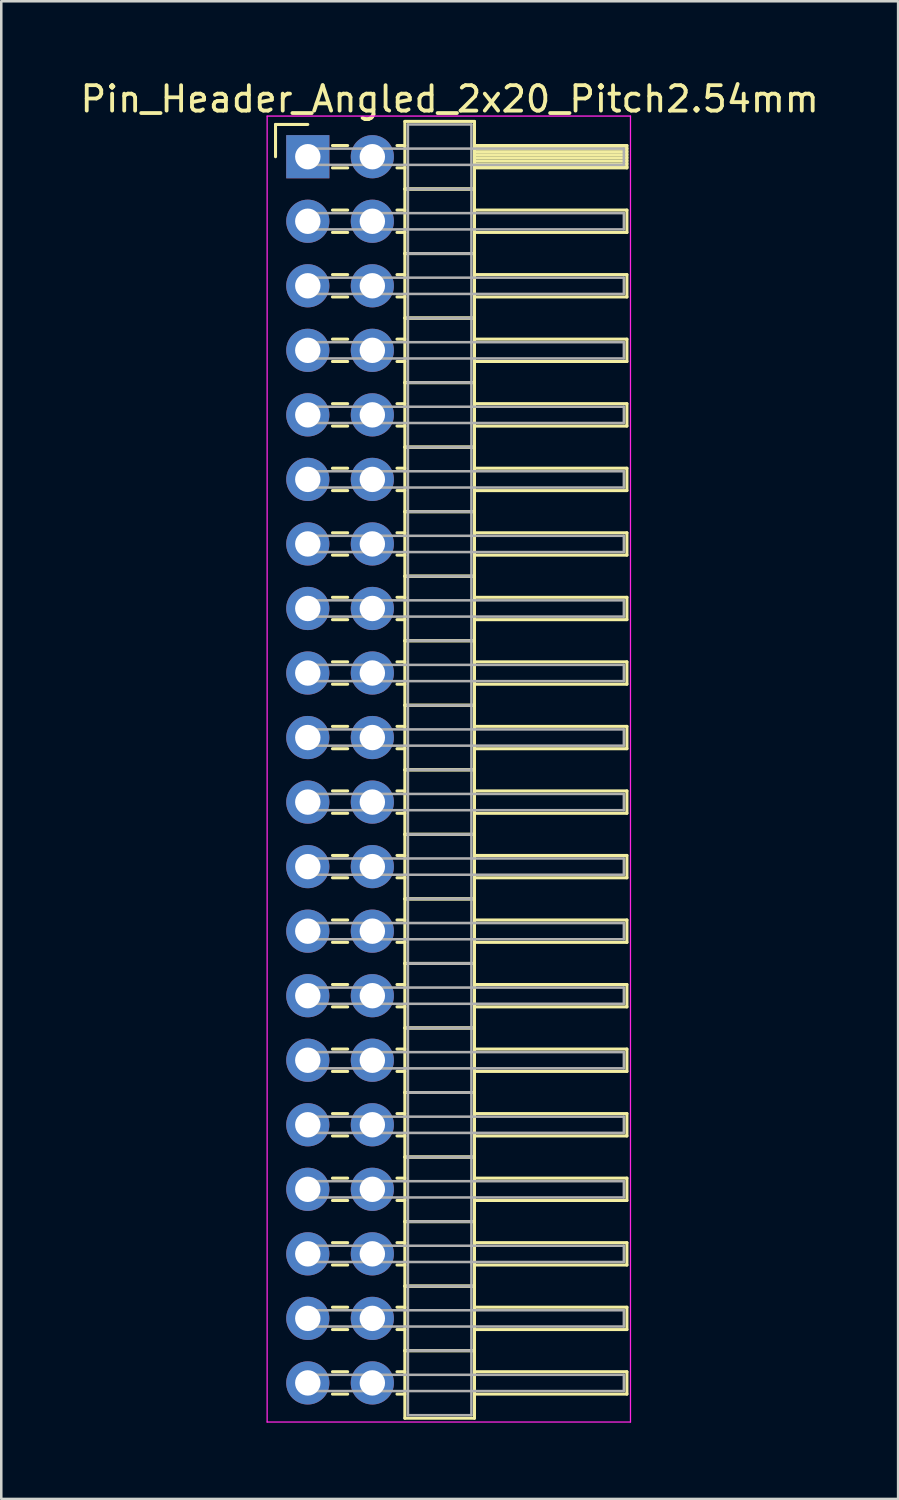
<source format=kicad_pcb>
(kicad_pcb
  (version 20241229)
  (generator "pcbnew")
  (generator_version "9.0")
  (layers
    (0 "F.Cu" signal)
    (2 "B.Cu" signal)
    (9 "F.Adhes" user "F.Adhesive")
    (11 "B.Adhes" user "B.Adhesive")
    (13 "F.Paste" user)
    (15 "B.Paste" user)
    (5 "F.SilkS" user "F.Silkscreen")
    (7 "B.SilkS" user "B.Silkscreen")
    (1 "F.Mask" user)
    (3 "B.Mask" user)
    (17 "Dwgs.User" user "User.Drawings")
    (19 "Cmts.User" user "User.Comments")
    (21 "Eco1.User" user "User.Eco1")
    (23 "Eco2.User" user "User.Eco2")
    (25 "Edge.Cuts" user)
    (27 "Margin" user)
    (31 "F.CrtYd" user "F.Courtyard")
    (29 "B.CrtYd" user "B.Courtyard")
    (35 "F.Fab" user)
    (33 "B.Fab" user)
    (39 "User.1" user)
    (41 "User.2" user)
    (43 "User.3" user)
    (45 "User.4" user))
  (footprint "Pin_Header_Angled_2x20_Pitch2.54mm"
    (layer "F.Cu")
    (at 9.064 3.118)
    (property "Reference" "Pin_Header_Angled_2x20_Pitch2.54mm" (at 5.585 -2.27 0) (layer "F.SilkS") (effects (font (size 1 1) (thickness 0.15))))
    (attr through_hole)
    (fp_line (start -1.27 -1.27) (end 0 -1.27) (stroke (width 0.12) (type solid)) (layer "F.SilkS"))
    (fp_line (start -1.27 0) (end -1.27 -1.27) (stroke (width 0.12) (type solid)) (layer "F.SilkS"))
    (fp_line (start 0.97 -0.44) (end 1.57 -0.44) (stroke (width 0.12) (type solid)) (layer "F.SilkS"))
    (fp_line (start 0.97 0.44) (end 1.57 0.44) (stroke (width 0.12) (type solid)) (layer "F.SilkS"))
    (fp_line (start 0.97 2.1) (end 1.57 2.1) (stroke (width 0.12) (type solid)) (layer "F.SilkS"))
    (fp_line (start 0.97 2.98) (end 1.57 2.98) (stroke (width 0.12) (type solid)) (layer "F.SilkS"))
    (fp_line (start 0.97 4.64) (end 1.57 4.64) (stroke (width 0.12) (type solid)) (layer "F.SilkS"))
    (fp_line (start 0.97 5.52) (end 1.57 5.52) (stroke (width 0.12) (type solid)) (layer "F.SilkS"))
    (fp_line (start 0.97 7.18) (end 1.57 7.18) (stroke (width 0.12) (type solid)) (layer "F.SilkS"))
    (fp_line (start 0.97 8.06) (end 1.57 8.06) (stroke (width 0.12) (type solid)) (layer "F.SilkS"))
    (fp_line (start 0.97 9.72) (end 1.57 9.72) (stroke (width 0.12) (type solid)) (layer "F.SilkS"))
    (fp_line (start 0.97 10.6) (end 1.57 10.6) (stroke (width 0.12) (type solid)) (layer "F.SilkS"))
    (fp_line (start 0.97 12.26) (end 1.57 12.26) (stroke (width 0.12) (type solid)) (layer "F.SilkS"))
    (fp_line (start 0.97 13.14) (end 1.57 13.14) (stroke (width 0.12) (type solid)) (layer "F.SilkS"))
    (fp_line (start 0.97 14.8) (end 1.57 14.8) (stroke (width 0.12) (type solid)) (layer "F.SilkS"))
    (fp_line (start 0.97 15.68) (end 1.57 15.68) (stroke (width 0.12) (type solid)) (layer "F.SilkS"))
    (fp_line (start 0.97 17.34) (end 1.57 17.34) (stroke (width 0.12) (type solid)) (layer "F.SilkS"))
    (fp_line (start 0.97 18.22) (end 1.57 18.22) (stroke (width 0.12) (type solid)) (layer "F.SilkS"))
    (fp_line (start 0.97 19.88) (end 1.57 19.88) (stroke (width 0.12) (type solid)) (layer "F.SilkS"))
    (fp_line (start 0.97 20.76) (end 1.57 20.76) (stroke (width 0.12) (type solid)) (layer "F.SilkS"))
    (fp_line (start 0.97 22.42) (end 1.57 22.42) (stroke (width 0.12) (type solid)) (layer "F.SilkS"))
    (fp_line (start 0.97 23.3) (end 1.57 23.3) (stroke (width 0.12) (type solid)) (layer "F.SilkS"))
    (fp_line (start 0.97 24.96) (end 1.57 24.96) (stroke (width 0.12) (type solid)) (layer "F.SilkS"))
    (fp_line (start 0.97 25.84) (end 1.57 25.84) (stroke (width 0.12) (type solid)) (layer "F.SilkS"))
    (fp_line (start 0.97 27.5) (end 1.57 27.5) (stroke (width 0.12) (type solid)) (layer "F.SilkS"))
    (fp_line (start 0.97 28.38) (end 1.57 28.38) (stroke (width 0.12) (type solid)) (layer "F.SilkS"))
    (fp_line (start 0.97 30.04) (end 1.57 30.04) (stroke (width 0.12) (type solid)) (layer "F.SilkS"))
    (fp_line (start 0.97 30.92) (end 1.57 30.92) (stroke (width 0.12) (type solid)) (layer "F.SilkS"))
    (fp_line (start 0.97 32.58) (end 1.57 32.58) (stroke (width 0.12) (type solid)) (layer "F.SilkS"))
    (fp_line (start 0.97 33.46) (end 1.57 33.46) (stroke (width 0.12) (type solid)) (layer "F.SilkS"))
    (fp_line (start 0.97 35.12) (end 1.57 35.12) (stroke (width 0.12) (type solid)) (layer "F.SilkS"))
    (fp_line (start 0.97 36) (end 1.57 36) (stroke (width 0.12) (type solid)) (layer "F.SilkS"))
    (fp_line (start 0.97 37.66) (end 1.57 37.66) (stroke (width 0.12) (type solid)) (layer "F.SilkS"))
    (fp_line (start 0.97 38.54) (end 1.57 38.54) (stroke (width 0.12) (type solid)) (layer "F.SilkS"))
    (fp_line (start 0.97 40.2) (end 1.57 40.2) (stroke (width 0.12) (type solid)) (layer "F.SilkS"))
    (fp_line (start 0.97 41.08) (end 1.57 41.08) (stroke (width 0.12) (type solid)) (layer "F.SilkS"))
    (fp_line (start 0.97 42.74) (end 1.57 42.74) (stroke (width 0.12) (type solid)) (layer "F.SilkS"))
    (fp_line (start 0.97 43.62) (end 1.57 43.62) (stroke (width 0.12) (type solid)) (layer "F.SilkS"))
    (fp_line (start 0.97 45.28) (end 1.57 45.28) (stroke (width 0.12) (type solid)) (layer "F.SilkS"))
    (fp_line (start 0.97 46.16) (end 1.57 46.16) (stroke (width 0.12) (type solid)) (layer "F.SilkS"))
    (fp_line (start 0.97 47.82) (end 1.57 47.82) (stroke (width 0.12) (type solid)) (layer "F.SilkS"))
    (fp_line (start 0.97 48.7) (end 1.57 48.7) (stroke (width 0.12) (type solid)) (layer "F.SilkS"))
    (fp_line (start 3.51 -0.44) (end 3.82 -0.44) (stroke (width 0.12) (type solid)) (layer "F.SilkS"))
    (fp_line (start 3.51 0.44) (end 3.82 0.44) (stroke (width 0.12) (type solid)) (layer "F.SilkS"))
    (fp_line (start 3.51 2.1) (end 3.82 2.1) (stroke (width 0.12) (type solid)) (layer "F.SilkS"))
    (fp_line (start 3.51 2.98) (end 3.82 2.98) (stroke (width 0.12) (type solid)) (layer "F.SilkS"))
    (fp_line (start 3.51 4.64) (end 3.82 4.64) (stroke (width 0.12) (type solid)) (layer "F.SilkS"))
    (fp_line (start 3.51 5.52) (end 3.82 5.52) (stroke (width 0.12) (type solid)) (layer "F.SilkS"))
    (fp_line (start 3.51 7.18) (end 3.82 7.18) (stroke (width 0.12) (type solid)) (layer "F.SilkS"))
    (fp_line (start 3.51 8.06) (end 3.82 8.06) (stroke (width 0.12) (type solid)) (layer "F.SilkS"))
    (fp_line (start 3.51 9.72) (end 3.82 9.72) (stroke (width 0.12) (type solid)) (layer "F.SilkS"))
    (fp_line (start 3.51 10.6) (end 3.82 10.6) (stroke (width 0.12) (type solid)) (layer "F.SilkS"))
    (fp_line (start 3.51 12.26) (end 3.82 12.26) (stroke (width 0.12) (type solid)) (layer "F.SilkS"))
    (fp_line (start 3.51 13.14) (end 3.82 13.14) (stroke (width 0.12) (type solid)) (layer "F.SilkS"))
    (fp_line (start 3.51 14.8) (end 3.82 14.8) (stroke (width 0.12) (type solid)) (layer "F.SilkS"))
    (fp_line (start 3.51 15.68) (end 3.82 15.68) (stroke (width 0.12) (type solid)) (layer "F.SilkS"))
    (fp_line (start 3.51 17.34) (end 3.82 17.34) (stroke (width 0.12) (type solid)) (layer "F.SilkS"))
    (fp_line (start 3.51 18.22) (end 3.82 18.22) (stroke (width 0.12) (type solid)) (layer "F.SilkS"))
    (fp_line (start 3.51 19.88) (end 3.82 19.88) (stroke (width 0.12) (type solid)) (layer "F.SilkS"))
    (fp_line (start 3.51 20.76) (end 3.82 20.76) (stroke (width 0.12) (type solid)) (layer "F.SilkS"))
    (fp_line (start 3.51 22.42) (end 3.82 22.42) (stroke (width 0.12) (type solid)) (layer "F.SilkS"))
    (fp_line (start 3.51 23.3) (end 3.82 23.3) (stroke (width 0.12) (type solid)) (layer "F.SilkS"))
    (fp_line (start 3.51 24.96) (end 3.82 24.96) (stroke (width 0.12) (type solid)) (layer "F.SilkS"))
    (fp_line (start 3.51 25.84) (end 3.82 25.84) (stroke (width 0.12) (type solid)) (layer "F.SilkS"))
    (fp_line (start 3.51 27.5) (end 3.82 27.5) (stroke (width 0.12) (type solid)) (layer "F.SilkS"))
    (fp_line (start 3.51 28.38) (end 3.82 28.38) (stroke (width 0.12) (type solid)) (layer "F.SilkS"))
    (fp_line (start 3.51 30.04) (end 3.82 30.04) (stroke (width 0.12) (type solid)) (layer "F.SilkS"))
    (fp_line (start 3.51 30.92) (end 3.82 30.92) (stroke (width 0.12) (type solid)) (layer "F.SilkS"))
    (fp_line (start 3.51 32.58) (end 3.82 32.58) (stroke (width 0.12) (type solid)) (layer "F.SilkS"))
    (fp_line (start 3.51 33.46) (end 3.82 33.46) (stroke (width 0.12) (type solid)) (layer "F.SilkS"))
    (fp_line (start 3.51 35.12) (end 3.82 35.12) (stroke (width 0.12) (type solid)) (layer "F.SilkS"))
    (fp_line (start 3.51 36) (end 3.82 36) (stroke (width 0.12) (type solid)) (layer "F.SilkS"))
    (fp_line (start 3.51 37.66) (end 3.82 37.66) (stroke (width 0.12) (type solid)) (layer "F.SilkS"))
    (fp_line (start 3.51 38.54) (end 3.82 38.54) (stroke (width 0.12) (type solid)) (layer "F.SilkS"))
    (fp_line (start 3.51 40.2) (end 3.82 40.2) (stroke (width 0.12) (type solid)) (layer "F.SilkS"))
    (fp_line (start 3.51 41.08) (end 3.82 41.08) (stroke (width 0.12) (type solid)) (layer "F.SilkS"))
    (fp_line (start 3.51 42.74) (end 3.82 42.74) (stroke (width 0.12) (type solid)) (layer "F.SilkS"))
    (fp_line (start 3.51 43.62) (end 3.82 43.62) (stroke (width 0.12) (type solid)) (layer "F.SilkS"))
    (fp_line (start 3.51 45.28) (end 3.82 45.28) (stroke (width 0.12) (type solid)) (layer "F.SilkS"))
    (fp_line (start 3.51 46.16) (end 3.82 46.16) (stroke (width 0.12) (type solid)) (layer "F.SilkS"))
    (fp_line (start 3.51 47.82) (end 3.82 47.82) (stroke (width 0.12) (type solid)) (layer "F.SilkS"))
    (fp_line (start 3.51 48.7) (end 3.82 48.7) (stroke (width 0.12) (type solid)) (layer "F.SilkS"))
    (fp_line (start 3.82 -1.39) (end 3.82 1.27) (stroke (width 0.12) (type solid)) (layer "F.SilkS"))
    (fp_line (start 3.82 1.27) (end 3.82 3.81) (stroke (width 0.12) (type solid)) (layer "F.SilkS"))
    (fp_line (start 3.82 1.27) (end 6.56 1.27) (stroke (width 0.12) (type solid)) (layer "F.SilkS"))
    (fp_line (start 3.82 3.81) (end 3.82 6.35) (stroke (width 0.12) (type solid)) (layer "F.SilkS"))
    (fp_line (start 3.82 3.81) (end 6.56 3.81) (stroke (width 0.12) (type solid)) (layer "F.SilkS"))
    (fp_line (start 3.82 6.35) (end 3.82 8.89) (stroke (width 0.12) (type solid)) (layer "F.SilkS"))
    (fp_line (start 3.82 6.35) (end 6.56 6.35) (stroke (width 0.12) (type solid)) (layer "F.SilkS"))
    (fp_line (start 3.82 8.89) (end 3.82 11.43) (stroke (width 0.12) (type solid)) (layer "F.SilkS"))
    (fp_line (start 3.82 8.89) (end 6.56 8.89) (stroke (width 0.12) (type solid)) (layer "F.SilkS"))
    (fp_line (start 3.82 11.43) (end 3.82 13.97) (stroke (width 0.12) (type solid)) (layer "F.SilkS"))
    (fp_line (start 3.82 11.43) (end 6.56 11.43) (stroke (width 0.12) (type solid)) (layer "F.SilkS"))
    (fp_line (start 3.82 13.97) (end 3.82 16.51) (stroke (width 0.12) (type solid)) (layer "F.SilkS"))
    (fp_line (start 3.82 13.97) (end 6.56 13.97) (stroke (width 0.12) (type solid)) (layer "F.SilkS"))
    (fp_line (start 3.82 16.51) (end 3.82 19.05) (stroke (width 0.12) (type solid)) (layer "F.SilkS"))
    (fp_line (start 3.82 16.51) (end 6.56 16.51) (stroke (width 0.12) (type solid)) (layer "F.SilkS"))
    (fp_line (start 3.82 19.05) (end 3.82 21.59) (stroke (width 0.12) (type solid)) (layer "F.SilkS"))
    (fp_line (start 3.82 19.05) (end 6.56 19.05) (stroke (width 0.12) (type solid)) (layer "F.SilkS"))
    (fp_line (start 3.82 21.59) (end 3.82 24.13) (stroke (width 0.12) (type solid)) (layer "F.SilkS"))
    (fp_line (start 3.82 21.59) (end 6.56 21.59) (stroke (width 0.12) (type solid)) (layer "F.SilkS"))
    (fp_line (start 3.82 24.13) (end 3.82 26.67) (stroke (width 0.12) (type solid)) (layer "F.SilkS"))
    (fp_line (start 3.82 24.13) (end 6.56 24.13) (stroke (width 0.12) (type solid)) (layer "F.SilkS"))
    (fp_line (start 3.82 26.67) (end 3.82 29.21) (stroke (width 0.12) (type solid)) (layer "F.SilkS"))
    (fp_line (start 3.82 26.67) (end 6.56 26.67) (stroke (width 0.12) (type solid)) (layer "F.SilkS"))
    (fp_line (start 3.82 29.21) (end 3.82 31.75) (stroke (width 0.12) (type solid)) (layer "F.SilkS"))
    (fp_line (start 3.82 29.21) (end 6.56 29.21) (stroke (width 0.12) (type solid)) (layer "F.SilkS"))
    (fp_line (start 3.82 31.75) (end 3.82 34.29) (stroke (width 0.12) (type solid)) (layer "F.SilkS"))
    (fp_line (start 3.82 31.75) (end 6.56 31.75) (stroke (width 0.12) (type solid)) (layer "F.SilkS"))
    (fp_line (start 3.82 34.29) (end 3.82 36.83) (stroke (width 0.12) (type solid)) (layer "F.SilkS"))
    (fp_line (start 3.82 34.29) (end 6.56 34.29) (stroke (width 0.12) (type solid)) (layer "F.SilkS"))
    (fp_line (start 3.82 36.83) (end 3.82 39.37) (stroke (width 0.12) (type solid)) (layer "F.SilkS"))
    (fp_line (start 3.82 36.83) (end 6.56 36.83) (stroke (width 0.12) (type solid)) (layer "F.SilkS"))
    (fp_line (start 3.82 39.37) (end 3.82 41.91) (stroke (width 0.12) (type solid)) (layer "F.SilkS"))
    (fp_line (start 3.82 39.37) (end 6.56 39.37) (stroke (width 0.12) (type solid)) (layer "F.SilkS"))
    (fp_line (start 3.82 41.91) (end 3.82 44.45) (stroke (width 0.12) (type solid)) (layer "F.SilkS"))
    (fp_line (start 3.82 41.91) (end 6.56 41.91) (stroke (width 0.12) (type solid)) (layer "F.SilkS"))
    (fp_line (start 3.82 44.45) (end 3.82 46.99) (stroke (width 0.12) (type solid)) (layer "F.SilkS"))
    (fp_line (start 3.82 44.45) (end 6.56 44.45) (stroke (width 0.12) (type solid)) (layer "F.SilkS"))
    (fp_line (start 3.82 46.99) (end 3.82 49.65) (stroke (width 0.12) (type solid)) (layer "F.SilkS"))
    (fp_line (start 3.82 46.99) (end 6.56 46.99) (stroke (width 0.12) (type solid)) (layer "F.SilkS"))
    (fp_line (start 3.82 49.65) (end 6.56 49.65) (stroke (width 0.12) (type solid)) (layer "F.SilkS"))
    (fp_line (start 6.56 -1.39) (end 3.82 -1.39) (stroke (width 0.12) (type solid)) (layer "F.SilkS"))
    (fp_line (start 6.56 -0.44) (end 6.56 0.44) (stroke (width 0.12) (type solid)) (layer "F.SilkS"))
    (fp_line (start 6.56 -0.32) (end 12.56 -0.32) (stroke (width 0.12) (type solid)) (layer "F.SilkS"))
    (fp_line (start 6.56 -0.2) (end 12.56 -0.2) (stroke (width 0.12) (type solid)) (layer "F.SilkS"))
    (fp_line (start 6.56 -0.08) (end 12.56 -0.08) (stroke (width 0.12) (type solid)) (layer "F.SilkS"))
    (fp_line (start 6.56 0.04) (end 12.56 0.04) (stroke (width 0.12) (type solid)) (layer "F.SilkS"))
    (fp_line (start 6.56 0.16) (end 12.56 0.16) (stroke (width 0.12) (type solid)) (layer "F.SilkS"))
    (fp_line (start 6.56 0.28) (end 12.56 0.28) (stroke (width 0.12) (type solid)) (layer "F.SilkS"))
    (fp_line (start 6.56 0.4) (end 12.56 0.4) (stroke (width 0.12) (type solid)) (layer "F.SilkS"))
    (fp_line (start 6.56 0.44) (end 12.56 0.44) (stroke (width 0.12) (type solid)) (layer "F.SilkS"))
    (fp_line (start 6.56 1.27) (end 3.82 1.27) (stroke (width 0.12) (type solid)) (layer "F.SilkS"))
    (fp_line (start 6.56 1.27) (end 6.56 -1.39) (stroke (width 0.12) (type solid)) (layer "F.SilkS"))
    (fp_line (start 6.56 2.1) (end 6.56 2.98) (stroke (width 0.12) (type solid)) (layer "F.SilkS"))
    (fp_line (start 6.56 2.98) (end 12.56 2.98) (stroke (width 0.12) (type solid)) (layer "F.SilkS"))
    (fp_line (start 6.56 3.81) (end 3.82 3.81) (stroke (width 0.12) (type solid)) (layer "F.SilkS"))
    (fp_line (start 6.56 3.81) (end 6.56 1.27) (stroke (width 0.12) (type solid)) (layer "F.SilkS"))
    (fp_line (start 6.56 4.64) (end 6.56 5.52) (stroke (width 0.12) (type solid)) (layer "F.SilkS"))
    (fp_line (start 6.56 5.52) (end 12.56 5.52) (stroke (width 0.12) (type solid)) (layer "F.SilkS"))
    (fp_line (start 6.56 6.35) (end 3.82 6.35) (stroke (width 0.12) (type solid)) (layer "F.SilkS"))
    (fp_line (start 6.56 6.35) (end 6.56 3.81) (stroke (width 0.12) (type solid)) (layer "F.SilkS"))
    (fp_line (start 6.56 7.18) (end 6.56 8.06) (stroke (width 0.12) (type solid)) (layer "F.SilkS"))
    (fp_line (start 6.56 8.06) (end 12.56 8.06) (stroke (width 0.12) (type solid)) (layer "F.SilkS"))
    (fp_line (start 6.56 8.89) (end 3.82 8.89) (stroke (width 0.12) (type solid)) (layer "F.SilkS"))
    (fp_line (start 6.56 8.89) (end 6.56 6.35) (stroke (width 0.12) (type solid)) (layer "F.SilkS"))
    (fp_line (start 6.56 9.72) (end 6.56 10.6) (stroke (width 0.12) (type solid)) (layer "F.SilkS"))
    (fp_line (start 6.56 10.6) (end 12.56 10.6) (stroke (width 0.12) (type solid)) (layer "F.SilkS"))
    (fp_line (start 6.56 11.43) (end 3.82 11.43) (stroke (width 0.12) (type solid)) (layer "F.SilkS"))
    (fp_line (start 6.56 11.43) (end 6.56 8.89) (stroke (width 0.12) (type solid)) (layer "F.SilkS"))
    (fp_line (start 6.56 12.26) (end 6.56 13.14) (stroke (width 0.12) (type solid)) (layer "F.SilkS"))
    (fp_line (start 6.56 13.14) (end 12.56 13.14) (stroke (width 0.12) (type solid)) (layer "F.SilkS"))
    (fp_line (start 6.56 13.97) (end 3.82 13.97) (stroke (width 0.12) (type solid)) (layer "F.SilkS"))
    (fp_line (start 6.56 13.97) (end 6.56 11.43) (stroke (width 0.12) (type solid)) (layer "F.SilkS"))
    (fp_line (start 6.56 14.8) (end 6.56 15.68) (stroke (width 0.12) (type solid)) (layer "F.SilkS"))
    (fp_line (start 6.56 15.68) (end 12.56 15.68) (stroke (width 0.12) (type solid)) (layer "F.SilkS"))
    (fp_line (start 6.56 16.51) (end 3.82 16.51) (stroke (width 0.12) (type solid)) (layer "F.SilkS"))
    (fp_line (start 6.56 16.51) (end 6.56 13.97) (stroke (width 0.12) (type solid)) (layer "F.SilkS"))
    (fp_line (start 6.56 17.34) (end 6.56 18.22) (stroke (width 0.12) (type solid)) (layer "F.SilkS"))
    (fp_line (start 6.56 18.22) (end 12.56 18.22) (stroke (width 0.12) (type solid)) (layer "F.SilkS"))
    (fp_line (start 6.56 19.05) (end 3.82 19.05) (stroke (width 0.12) (type solid)) (layer "F.SilkS"))
    (fp_line (start 6.56 19.05) (end 6.56 16.51) (stroke (width 0.12) (type solid)) (layer "F.SilkS"))
    (fp_line (start 6.56 19.88) (end 6.56 20.76) (stroke (width 0.12) (type solid)) (layer "F.SilkS"))
    (fp_line (start 6.56 20.76) (end 12.56 20.76) (stroke (width 0.12) (type solid)) (layer "F.SilkS"))
    (fp_line (start 6.56 21.59) (end 3.82 21.59) (stroke (width 0.12) (type solid)) (layer "F.SilkS"))
    (fp_line (start 6.56 21.59) (end 6.56 19.05) (stroke (width 0.12) (type solid)) (layer "F.SilkS"))
    (fp_line (start 6.56 22.42) (end 6.56 23.3) (stroke (width 0.12) (type solid)) (layer "F.SilkS"))
    (fp_line (start 6.56 23.3) (end 12.56 23.3) (stroke (width 0.12) (type solid)) (layer "F.SilkS"))
    (fp_line (start 6.56 24.13) (end 3.82 24.13) (stroke (width 0.12) (type solid)) (layer "F.SilkS"))
    (fp_line (start 6.56 24.13) (end 6.56 21.59) (stroke (width 0.12) (type solid)) (layer "F.SilkS"))
    (fp_line (start 6.56 24.96) (end 6.56 25.84) (stroke (width 0.12) (type solid)) (layer "F.SilkS"))
    (fp_line (start 6.56 25.84) (end 12.56 25.84) (stroke (width 0.12) (type solid)) (layer "F.SilkS"))
    (fp_line (start 6.56 26.67) (end 3.82 26.67) (stroke (width 0.12) (type solid)) (layer "F.SilkS"))
    (fp_line (start 6.56 26.67) (end 6.56 24.13) (stroke (width 0.12) (type solid)) (layer "F.SilkS"))
    (fp_line (start 6.56 27.5) (end 6.56 28.38) (stroke (width 0.12) (type solid)) (layer "F.SilkS"))
    (fp_line (start 6.56 28.38) (end 12.56 28.38) (stroke (width 0.12) (type solid)) (layer "F.SilkS"))
    (fp_line (start 6.56 29.21) (end 3.82 29.21) (stroke (width 0.12) (type solid)) (layer "F.SilkS"))
    (fp_line (start 6.56 29.21) (end 6.56 26.67) (stroke (width 0.12) (type solid)) (layer "F.SilkS"))
    (fp_line (start 6.56 30.04) (end 6.56 30.92) (stroke (width 0.12) (type solid)) (layer "F.SilkS"))
    (fp_line (start 6.56 30.92) (end 12.56 30.92) (stroke (width 0.12) (type solid)) (layer "F.SilkS"))
    (fp_line (start 6.56 31.75) (end 3.82 31.75) (stroke (width 0.12) (type solid)) (layer "F.SilkS"))
    (fp_line (start 6.56 31.75) (end 6.56 29.21) (stroke (width 0.12) (type solid)) (layer "F.SilkS"))
    (fp_line (start 6.56 32.58) (end 6.56 33.46) (stroke (width 0.12) (type solid)) (layer "F.SilkS"))
    (fp_line (start 6.56 33.46) (end 12.56 33.46) (stroke (width 0.12) (type solid)) (layer "F.SilkS"))
    (fp_line (start 6.56 34.29) (end 3.82 34.29) (stroke (width 0.12) (type solid)) (layer "F.SilkS"))
    (fp_line (start 6.56 34.29) (end 6.56 31.75) (stroke (width 0.12) (type solid)) (layer "F.SilkS"))
    (fp_line (start 6.56 35.12) (end 6.56 36) (stroke (width 0.12) (type solid)) (layer "F.SilkS"))
    (fp_line (start 6.56 36) (end 12.56 36) (stroke (width 0.12) (type solid)) (layer "F.SilkS"))
    (fp_line (start 6.56 36.83) (end 3.82 36.83) (stroke (width 0.12) (type solid)) (layer "F.SilkS"))
    (fp_line (start 6.56 36.83) (end 6.56 34.29) (stroke (width 0.12) (type solid)) (layer "F.SilkS"))
    (fp_line (start 6.56 37.66) (end 6.56 38.54) (stroke (width 0.12) (type solid)) (layer "F.SilkS"))
    (fp_line (start 6.56 38.54) (end 12.56 38.54) (stroke (width 0.12) (type solid)) (layer "F.SilkS"))
    (fp_line (start 6.56 39.37) (end 3.82 39.37) (stroke (width 0.12) (type solid)) (layer "F.SilkS"))
    (fp_line (start 6.56 39.37) (end 6.56 36.83) (stroke (width 0.12) (type solid)) (layer "F.SilkS"))
    (fp_line (start 6.56 40.2) (end 6.56 41.08) (stroke (width 0.12) (type solid)) (layer "F.SilkS"))
    (fp_line (start 6.56 41.08) (end 12.56 41.08) (stroke (width 0.12) (type solid)) (layer "F.SilkS"))
    (fp_line (start 6.56 41.91) (end 3.82 41.91) (stroke (width 0.12) (type solid)) (layer "F.SilkS"))
    (fp_line (start 6.56 41.91) (end 6.56 39.37) (stroke (width 0.12) (type solid)) (layer "F.SilkS"))
    (fp_line (start 6.56 42.74) (end 6.56 43.62) (stroke (width 0.12) (type solid)) (layer "F.SilkS"))
    (fp_line (start 6.56 43.62) (end 12.56 43.62) (stroke (width 0.12) (type solid)) (layer "F.SilkS"))
    (fp_line (start 6.56 44.45) (end 3.82 44.45) (stroke (width 0.12) (type solid)) (layer "F.SilkS"))
    (fp_line (start 6.56 44.45) (end 6.56 41.91) (stroke (width 0.12) (type solid)) (layer "F.SilkS"))
    (fp_line (start 6.56 45.28) (end 6.56 46.16) (stroke (width 0.12) (type solid)) (layer "F.SilkS"))
    (fp_line (start 6.56 46.16) (end 12.56 46.16) (stroke (width 0.12) (type solid)) (layer "F.SilkS"))
    (fp_line (start 6.56 46.99) (end 3.82 46.99) (stroke (width 0.12) (type solid)) (layer "F.SilkS"))
    (fp_line (start 6.56 46.99) (end 6.56 44.45) (stroke (width 0.12) (type solid)) (layer "F.SilkS"))
    (fp_line (start 6.56 47.82) (end 6.56 48.7) (stroke (width 0.12) (type solid)) (layer "F.SilkS"))
    (fp_line (start 6.56 48.7) (end 12.56 48.7) (stroke (width 0.12) (type solid)) (layer "F.SilkS"))
    (fp_line (start 6.56 49.65) (end 6.56 46.99) (stroke (width 0.12) (type solid)) (layer "F.SilkS"))
    (fp_line (start 12.56 -0.44) (end 6.56 -0.44) (stroke (width 0.12) (type solid)) (layer "F.SilkS"))
    (fp_line (start 12.56 0.44) (end 12.56 -0.44) (stroke (width 0.12) (type solid)) (layer "F.SilkS"))
    (fp_line (start 12.56 2.1) (end 6.56 2.1) (stroke (width 0.12) (type solid)) (layer "F.SilkS"))
    (fp_line (start 12.56 2.98) (end 12.56 2.1) (stroke (width 0.12) (type solid)) (layer "F.SilkS"))
    (fp_line (start 12.56 4.64) (end 6.56 4.64) (stroke (width 0.12) (type solid)) (layer "F.SilkS"))
    (fp_line (start 12.56 5.52) (end 12.56 4.64) (stroke (width 0.12) (type solid)) (layer "F.SilkS"))
    (fp_line (start 12.56 7.18) (end 6.56 7.18) (stroke (width 0.12) (type solid)) (layer "F.SilkS"))
    (fp_line (start 12.56 8.06) (end 12.56 7.18) (stroke (width 0.12) (type solid)) (layer "F.SilkS"))
    (fp_line (start 12.56 9.72) (end 6.56 9.72) (stroke (width 0.12) (type solid)) (layer "F.SilkS"))
    (fp_line (start 12.56 10.6) (end 12.56 9.72) (stroke (width 0.12) (type solid)) (layer "F.SilkS"))
    (fp_line (start 12.56 12.26) (end 6.56 12.26) (stroke (width 0.12) (type solid)) (layer "F.SilkS"))
    (fp_line (start 12.56 13.14) (end 12.56 12.26) (stroke (width 0.12) (type solid)) (layer "F.SilkS"))
    (fp_line (start 12.56 14.8) (end 6.56 14.8) (stroke (width 0.12) (type solid)) (layer "F.SilkS"))
    (fp_line (start 12.56 15.68) (end 12.56 14.8) (stroke (width 0.12) (type solid)) (layer "F.SilkS"))
    (fp_line (start 12.56 17.34) (end 6.56 17.34) (stroke (width 0.12) (type solid)) (layer "F.SilkS"))
    (fp_line (start 12.56 18.22) (end 12.56 17.34) (stroke (width 0.12) (type solid)) (layer "F.SilkS"))
    (fp_line (start 12.56 19.88) (end 6.56 19.88) (stroke (width 0.12) (type solid)) (layer "F.SilkS"))
    (fp_line (start 12.56 20.76) (end 12.56 19.88) (stroke (width 0.12) (type solid)) (layer "F.SilkS"))
    (fp_line (start 12.56 22.42) (end 6.56 22.42) (stroke (width 0.12) (type solid)) (layer "F.SilkS"))
    (fp_line (start 12.56 23.3) (end 12.56 22.42) (stroke (width 0.12) (type solid)) (layer "F.SilkS"))
    (fp_line (start 12.56 24.96) (end 6.56 24.96) (stroke (width 0.12) (type solid)) (layer "F.SilkS"))
    (fp_line (start 12.56 25.84) (end 12.56 24.96) (stroke (width 0.12) (type solid)) (layer "F.SilkS"))
    (fp_line (start 12.56 27.5) (end 6.56 27.5) (stroke (width 0.12) (type solid)) (layer "F.SilkS"))
    (fp_line (start 12.56 28.38) (end 12.56 27.5) (stroke (width 0.12) (type solid)) (layer "F.SilkS"))
    (fp_line (start 12.56 30.04) (end 6.56 30.04) (stroke (width 0.12) (type solid)) (layer "F.SilkS"))
    (fp_line (start 12.56 30.92) (end 12.56 30.04) (stroke (width 0.12) (type solid)) (layer "F.SilkS"))
    (fp_line (start 12.56 32.58) (end 6.56 32.58) (stroke (width 0.12) (type solid)) (layer "F.SilkS"))
    (fp_line (start 12.56 33.46) (end 12.56 32.58) (stroke (width 0.12) (type solid)) (layer "F.SilkS"))
    (fp_line (start 12.56 35.12) (end 6.56 35.12) (stroke (width 0.12) (type solid)) (layer "F.SilkS"))
    (fp_line (start 12.56 36) (end 12.56 35.12) (stroke (width 0.12) (type solid)) (layer "F.SilkS"))
    (fp_line (start 12.56 37.66) (end 6.56 37.66) (stroke (width 0.12) (type solid)) (layer "F.SilkS"))
    (fp_line (start 12.56 38.54) (end 12.56 37.66) (stroke (width 0.12) (type solid)) (layer "F.SilkS"))
    (fp_line (start 12.56 40.2) (end 6.56 40.2) (stroke (width 0.12) (type solid)) (layer "F.SilkS"))
    (fp_line (start 12.56 41.08) (end 12.56 40.2) (stroke (width 0.12) (type solid)) (layer "F.SilkS"))
    (fp_line (start 12.56 42.74) (end 6.56 42.74) (stroke (width 0.12) (type solid)) (layer "F.SilkS"))
    (fp_line (start 12.56 43.62) (end 12.56 42.74) (stroke (width 0.12) (type solid)) (layer "F.SilkS"))
    (fp_line (start 12.56 45.28) (end 6.56 45.28) (stroke (width 0.12) (type solid)) (layer "F.SilkS"))
    (fp_line (start 12.56 46.16) (end 12.56 45.28) (stroke (width 0.12) (type solid)) (layer "F.SilkS"))
    (fp_line (start 12.56 47.82) (end 6.56 47.82) (stroke (width 0.12) (type solid)) (layer "F.SilkS"))
    (fp_line (start 12.56 48.7) (end 12.56 47.82) (stroke (width 0.12) (type solid)) (layer "F.SilkS"))
    (fp_line (start -1.6 -1.6) (end -1.6 49.8) (stroke (width 0.05) (type solid)) (layer "F.CrtYd"))
    (fp_line (start -1.6 49.8) (end 12.7 49.8) (stroke (width 0.05) (type solid)) (layer "F.CrtYd"))
    (fp_line (start 12.7 -1.6) (end -1.6 -1.6) (stroke (width 0.05) (type solid)) (layer "F.CrtYd"))
    (fp_line (start 12.7 49.8) (end 12.7 -1.6) (stroke (width 0.05) (type solid)) (layer "F.CrtYd"))
    (fp_line (start 0 -0.32) (end 0 0.32) (stroke (width 0.1) (type solid)) (layer "F.Fab"))
    (fp_line (start 0 0.32) (end 12.44 0.32) (stroke (width 0.1) (type solid)) (layer "F.Fab"))
    (fp_line (start 0 2.22) (end 0 2.86) (stroke (width 0.1) (type solid)) (layer "F.Fab"))
    (fp_line (start 0 2.86) (end 12.44 2.86) (stroke (width 0.1) (type solid)) (layer "F.Fab"))
    (fp_line (start 0 4.76) (end 0 5.4) (stroke (width 0.1) (type solid)) (layer "F.Fab"))
    (fp_line (start 0 5.4) (end 12.44 5.4) (stroke (width 0.1) (type solid)) (layer "F.Fab"))
    (fp_line (start 0 7.3) (end 0 7.94) (stroke (width 0.1) (type solid)) (layer "F.Fab"))
    (fp_line (start 0 7.94) (end 12.44 7.94) (stroke (width 0.1) (type solid)) (layer "F.Fab"))
    (fp_line (start 0 9.84) (end 0 10.48) (stroke (width 0.1) (type solid)) (layer "F.Fab"))
    (fp_line (start 0 10.48) (end 12.44 10.48) (stroke (width 0.1) (type solid)) (layer "F.Fab"))
    (fp_line (start 0 12.38) (end 0 13.02) (stroke (width 0.1) (type solid)) (layer "F.Fab"))
    (fp_line (start 0 13.02) (end 12.44 13.02) (stroke (width 0.1) (type solid)) (layer "F.Fab"))
    (fp_line (start 0 14.92) (end 0 15.56) (stroke (width 0.1) (type solid)) (layer "F.Fab"))
    (fp_line (start 0 15.56) (end 12.44 15.56) (stroke (width 0.1) (type solid)) (layer "F.Fab"))
    (fp_line (start 0 17.46) (end 0 18.1) (stroke (width 0.1) (type solid)) (layer "F.Fab"))
    (fp_line (start 0 18.1) (end 12.44 18.1) (stroke (width 0.1) (type solid)) (layer "F.Fab"))
    (fp_line (start 0 20) (end 0 20.64) (stroke (width 0.1) (type solid)) (layer "F.Fab"))
    (fp_line (start 0 20.64) (end 12.44 20.64) (stroke (width 0.1) (type solid)) (layer "F.Fab"))
    (fp_line (start 0 22.54) (end 0 23.18) (stroke (width 0.1) (type solid)) (layer "F.Fab"))
    (fp_line (start 0 23.18) (end 12.44 23.18) (stroke (width 0.1) (type solid)) (layer "F.Fab"))
    (fp_line (start 0 25.08) (end 0 25.72) (stroke (width 0.1) (type solid)) (layer "F.Fab"))
    (fp_line (start 0 25.72) (end 12.44 25.72) (stroke (width 0.1) (type solid)) (layer "F.Fab"))
    (fp_line (start 0 27.62) (end 0 28.26) (stroke (width 0.1) (type solid)) (layer "F.Fab"))
    (fp_line (start 0 28.26) (end 12.44 28.26) (stroke (width 0.1) (type solid)) (layer "F.Fab"))
    (fp_line (start 0 30.16) (end 0 30.8) (stroke (width 0.1) (type solid)) (layer "F.Fab"))
    (fp_line (start 0 30.8) (end 12.44 30.8) (stroke (width 0.1) (type solid)) (layer "F.Fab"))
    (fp_line (start 0 32.7) (end 0 33.34) (stroke (width 0.1) (type solid)) (layer "F.Fab"))
    (fp_line (start 0 33.34) (end 12.44 33.34) (stroke (width 0.1) (type solid)) (layer "F.Fab"))
    (fp_line (start 0 35.24) (end 0 35.88) (stroke (width 0.1) (type solid)) (layer "F.Fab"))
    (fp_line (start 0 35.88) (end 12.44 35.88) (stroke (width 0.1) (type solid)) (layer "F.Fab"))
    (fp_line (start 0 37.78) (end 0 38.42) (stroke (width 0.1) (type solid)) (layer "F.Fab"))
    (fp_line (start 0 38.42) (end 12.44 38.42) (stroke (width 0.1) (type solid)) (layer "F.Fab"))
    (fp_line (start 0 40.32) (end 0 40.96) (stroke (width 0.1) (type solid)) (layer "F.Fab"))
    (fp_line (start 0 40.96) (end 12.44 40.96) (stroke (width 0.1) (type solid)) (layer "F.Fab"))
    (fp_line (start 0 42.86) (end 0 43.5) (stroke (width 0.1) (type solid)) (layer "F.Fab"))
    (fp_line (start 0 43.5) (end 12.44 43.5) (stroke (width 0.1) (type solid)) (layer "F.Fab"))
    (fp_line (start 0 45.4) (end 0 46.04) (stroke (width 0.1) (type solid)) (layer "F.Fab"))
    (fp_line (start 0 46.04) (end 12.44 46.04) (stroke (width 0.1) (type solid)) (layer "F.Fab"))
    (fp_line (start 0 47.94) (end 0 48.58) (stroke (width 0.1) (type solid)) (layer "F.Fab"))
    (fp_line (start 0 48.58) (end 12.44 48.58) (stroke (width 0.1) (type solid)) (layer "F.Fab"))
    (fp_line (start 3.94 -1.27) (end 3.94 1.27) (stroke (width 0.1) (type solid)) (layer "F.Fab"))
    (fp_line (start 3.94 1.27) (end 3.94 3.81) (stroke (width 0.1) (type solid)) (layer "F.Fab"))
    (fp_line (start 3.94 1.27) (end 6.44 1.27) (stroke (width 0.1) (type solid)) (layer "F.Fab"))
    (fp_line (start 3.94 3.81) (end 3.94 6.35) (stroke (width 0.1) (type solid)) (layer "F.Fab"))
    (fp_line (start 3.94 3.81) (end 6.44 3.81) (stroke (width 0.1) (type solid)) (layer "F.Fab"))
    (fp_line (start 3.94 6.35) (end 3.94 8.89) (stroke (width 0.1) (type solid)) (layer "F.Fab"))
    (fp_line (start 3.94 6.35) (end 6.44 6.35) (stroke (width 0.1) (type solid)) (layer "F.Fab"))
    (fp_line (start 3.94 8.89) (end 3.94 11.43) (stroke (width 0.1) (type solid)) (layer "F.Fab"))
    (fp_line (start 3.94 8.89) (end 6.44 8.89) (stroke (width 0.1) (type solid)) (layer "F.Fab"))
    (fp_line (start 3.94 11.43) (end 3.94 13.97) (stroke (width 0.1) (type solid)) (layer "F.Fab"))
    (fp_line (start 3.94 11.43) (end 6.44 11.43) (stroke (width 0.1) (type solid)) (layer "F.Fab"))
    (fp_line (start 3.94 13.97) (end 3.94 16.51) (stroke (width 0.1) (type solid)) (layer "F.Fab"))
    (fp_line (start 3.94 13.97) (end 6.44 13.97) (stroke (width 0.1) (type solid)) (layer "F.Fab"))
    (fp_line (start 3.94 16.51) (end 3.94 19.05) (stroke (width 0.1) (type solid)) (layer "F.Fab"))
    (fp_line (start 3.94 16.51) (end 6.44 16.51) (stroke (width 0.1) (type solid)) (layer "F.Fab"))
    (fp_line (start 3.94 19.05) (end 3.94 21.59) (stroke (width 0.1) (type solid)) (layer "F.Fab"))
    (fp_line (start 3.94 19.05) (end 6.44 19.05) (stroke (width 0.1) (type solid)) (layer "F.Fab"))
    (fp_line (start 3.94 21.59) (end 3.94 24.13) (stroke (width 0.1) (type solid)) (layer "F.Fab"))
    (fp_line (start 3.94 21.59) (end 6.44 21.59) (stroke (width 0.1) (type solid)) (layer "F.Fab"))
    (fp_line (start 3.94 24.13) (end 3.94 26.67) (stroke (width 0.1) (type solid)) (layer "F.Fab"))
    (fp_line (start 3.94 24.13) (end 6.44 24.13) (stroke (width 0.1) (type solid)) (layer "F.Fab"))
    (fp_line (start 3.94 26.67) (end 3.94 29.21) (stroke (width 0.1) (type solid)) (layer "F.Fab"))
    (fp_line (start 3.94 26.67) (end 6.44 26.67) (stroke (width 0.1) (type solid)) (layer "F.Fab"))
    (fp_line (start 3.94 29.21) (end 3.94 31.75) (stroke (width 0.1) (type solid)) (layer "F.Fab"))
    (fp_line (start 3.94 29.21) (end 6.44 29.21) (stroke (width 0.1) (type solid)) (layer "F.Fab"))
    (fp_line (start 3.94 31.75) (end 3.94 34.29) (stroke (width 0.1) (type solid)) (layer "F.Fab"))
    (fp_line (start 3.94 31.75) (end 6.44 31.75) (stroke (width 0.1) (type solid)) (layer "F.Fab"))
    (fp_line (start 3.94 34.29) (end 3.94 36.83) (stroke (width 0.1) (type solid)) (layer "F.Fab"))
    (fp_line (start 3.94 34.29) (end 6.44 34.29) (stroke (width 0.1) (type solid)) (layer "F.Fab"))
    (fp_line (start 3.94 36.83) (end 3.94 39.37) (stroke (width 0.1) (type solid)) (layer "F.Fab"))
    (fp_line (start 3.94 36.83) (end 6.44 36.83) (stroke (width 0.1) (type solid)) (layer "F.Fab"))
    (fp_line (start 3.94 39.37) (end 3.94 41.91) (stroke (width 0.1) (type solid)) (layer "F.Fab"))
    (fp_line (start 3.94 39.37) (end 6.44 39.37) (stroke (width 0.1) (type solid)) (layer "F.Fab"))
    (fp_line (start 3.94 41.91) (end 3.94 44.45) (stroke (width 0.1) (type solid)) (layer "F.Fab"))
    (fp_line (start 3.94 41.91) (end 6.44 41.91) (stroke (width 0.1) (type solid)) (layer "F.Fab"))
    (fp_line (start 3.94 44.45) (end 3.94 46.99) (stroke (width 0.1) (type solid)) (layer "F.Fab"))
    (fp_line (start 3.94 44.45) (end 6.44 44.45) (stroke (width 0.1) (type solid)) (layer "F.Fab"))
    (fp_line (start 3.94 46.99) (end 3.94 49.53) (stroke (width 0.1) (type solid)) (layer "F.Fab"))
    (fp_line (start 3.94 46.99) (end 6.44 46.99) (stroke (width 0.1) (type solid)) (layer "F.Fab"))
    (fp_line (start 3.94 49.53) (end 6.44 49.53) (stroke (width 0.1) (type solid)) (layer "F.Fab"))
    (fp_line (start 6.44 -1.27) (end 3.94 -1.27) (stroke (width 0.1) (type solid)) (layer "F.Fab"))
    (fp_line (start 6.44 1.27) (end 3.94 1.27) (stroke (width 0.1) (type solid)) (layer "F.Fab"))
    (fp_line (start 6.44 1.27) (end 6.44 -1.27) (stroke (width 0.1) (type solid)) (layer "F.Fab"))
    (fp_line (start 6.44 3.81) (end 3.94 3.81) (stroke (width 0.1) (type solid)) (layer "F.Fab"))
    (fp_line (start 6.44 3.81) (end 6.44 1.27) (stroke (width 0.1) (type solid)) (layer "F.Fab"))
    (fp_line (start 6.44 6.35) (end 3.94 6.35) (stroke (width 0.1) (type solid)) (layer "F.Fab"))
    (fp_line (start 6.44 6.35) (end 6.44 3.81) (stroke (width 0.1) (type solid)) (layer "F.Fab"))
    (fp_line (start 6.44 8.89) (end 3.94 8.89) (stroke (width 0.1) (type solid)) (layer "F.Fab"))
    (fp_line (start 6.44 8.89) (end 6.44 6.35) (stroke (width 0.1) (type solid)) (layer "F.Fab"))
    (fp_line (start 6.44 11.43) (end 3.94 11.43) (stroke (width 0.1) (type solid)) (layer "F.Fab"))
    (fp_line (start 6.44 11.43) (end 6.44 8.89) (stroke (width 0.1) (type solid)) (layer "F.Fab"))
    (fp_line (start 6.44 13.97) (end 3.94 13.97) (stroke (width 0.1) (type solid)) (layer "F.Fab"))
    (fp_line (start 6.44 13.97) (end 6.44 11.43) (stroke (width 0.1) (type solid)) (layer "F.Fab"))
    (fp_line (start 6.44 16.51) (end 3.94 16.51) (stroke (width 0.1) (type solid)) (layer "F.Fab"))
    (fp_line (start 6.44 16.51) (end 6.44 13.97) (stroke (width 0.1) (type solid)) (layer "F.Fab"))
    (fp_line (start 6.44 19.05) (end 3.94 19.05) (stroke (width 0.1) (type solid)) (layer "F.Fab"))
    (fp_line (start 6.44 19.05) (end 6.44 16.51) (stroke (width 0.1) (type solid)) (layer "F.Fab"))
    (fp_line (start 6.44 21.59) (end 3.94 21.59) (stroke (width 0.1) (type solid)) (layer "F.Fab"))
    (fp_line (start 6.44 21.59) (end 6.44 19.05) (stroke (width 0.1) (type solid)) (layer "F.Fab"))
    (fp_line (start 6.44 24.13) (end 3.94 24.13) (stroke (width 0.1) (type solid)) (layer "F.Fab"))
    (fp_line (start 6.44 24.13) (end 6.44 21.59) (stroke (width 0.1) (type solid)) (layer "F.Fab"))
    (fp_line (start 6.44 26.67) (end 3.94 26.67) (stroke (width 0.1) (type solid)) (layer "F.Fab"))
    (fp_line (start 6.44 26.67) (end 6.44 24.13) (stroke (width 0.1) (type solid)) (layer "F.Fab"))
    (fp_line (start 6.44 29.21) (end 3.94 29.21) (stroke (width 0.1) (type solid)) (layer "F.Fab"))
    (fp_line (start 6.44 29.21) (end 6.44 26.67) (stroke (width 0.1) (type solid)) (layer "F.Fab"))
    (fp_line (start 6.44 31.75) (end 3.94 31.75) (stroke (width 0.1) (type solid)) (layer "F.Fab"))
    (fp_line (start 6.44 31.75) (end 6.44 29.21) (stroke (width 0.1) (type solid)) (layer "F.Fab"))
    (fp_line (start 6.44 34.29) (end 3.94 34.29) (stroke (width 0.1) (type solid)) (layer "F.Fab"))
    (fp_line (start 6.44 34.29) (end 6.44 31.75) (stroke (width 0.1) (type solid)) (layer "F.Fab"))
    (fp_line (start 6.44 36.83) (end 3.94 36.83) (stroke (width 0.1) (type solid)) (layer "F.Fab"))
    (fp_line (start 6.44 36.83) (end 6.44 34.29) (stroke (width 0.1) (type solid)) (layer "F.Fab"))
    (fp_line (start 6.44 39.37) (end 3.94 39.37) (stroke (width 0.1) (type solid)) (layer "F.Fab"))
    (fp_line (start 6.44 39.37) (end 6.44 36.83) (stroke (width 0.1) (type solid)) (layer "F.Fab"))
    (fp_line (start 6.44 41.91) (end 3.94 41.91) (stroke (width 0.1) (type solid)) (layer "F.Fab"))
    (fp_line (start 6.44 41.91) (end 6.44 39.37) (stroke (width 0.1) (type solid)) (layer "F.Fab"))
    (fp_line (start 6.44 44.45) (end 3.94 44.45) (stroke (width 0.1) (type solid)) (layer "F.Fab"))
    (fp_line (start 6.44 44.45) (end 6.44 41.91) (stroke (width 0.1) (type solid)) (layer "F.Fab"))
    (fp_line (start 6.44 46.99) (end 3.94 46.99) (stroke (width 0.1) (type solid)) (layer "F.Fab"))
    (fp_line (start 6.44 46.99) (end 6.44 44.45) (stroke (width 0.1) (type solid)) (layer "F.Fab"))
    (fp_line (start 6.44 49.53) (end 6.44 46.99) (stroke (width 0.1) (type solid)) (layer "F.Fab"))
    (fp_line (start 12.44 -0.32) (end 0 -0.32) (stroke (width 0.1) (type solid)) (layer "F.Fab"))
    (fp_line (start 12.44 0.32) (end 12.44 -0.32) (stroke (width 0.1) (type solid)) (layer "F.Fab"))
    (fp_line (start 12.44 2.22) (end 0 2.22) (stroke (width 0.1) (type solid)) (layer "F.Fab"))
    (fp_line (start 12.44 2.86) (end 12.44 2.22) (stroke (width 0.1) (type solid)) (layer "F.Fab"))
    (fp_line (start 12.44 4.76) (end 0 4.76) (stroke (width 0.1) (type solid)) (layer "F.Fab"))
    (fp_line (start 12.44 5.4) (end 12.44 4.76) (stroke (width 0.1) (type solid)) (layer "F.Fab"))
    (fp_line (start 12.44 7.3) (end 0 7.3) (stroke (width 0.1) (type solid)) (layer "F.Fab"))
    (fp_line (start 12.44 7.94) (end 12.44 7.3) (stroke (width 0.1) (type solid)) (layer "F.Fab"))
    (fp_line (start 12.44 9.84) (end 0 9.84) (stroke (width 0.1) (type solid)) (layer "F.Fab"))
    (fp_line (start 12.44 10.48) (end 12.44 9.84) (stroke (width 0.1) (type solid)) (layer "F.Fab"))
    (fp_line (start 12.44 12.38) (end 0 12.38) (stroke (width 0.1) (type solid)) (layer "F.Fab"))
    (fp_line (start 12.44 13.02) (end 12.44 12.38) (stroke (width 0.1) (type solid)) (layer "F.Fab"))
    (fp_line (start 12.44 14.92) (end 0 14.92) (stroke (width 0.1) (type solid)) (layer "F.Fab"))
    (fp_line (start 12.44 15.56) (end 12.44 14.92) (stroke (width 0.1) (type solid)) (layer "F.Fab"))
    (fp_line (start 12.44 17.46) (end 0 17.46) (stroke (width 0.1) (type solid)) (layer "F.Fab"))
    (fp_line (start 12.44 18.1) (end 12.44 17.46) (stroke (width 0.1) (type solid)) (layer "F.Fab"))
    (fp_line (start 12.44 20) (end 0 20) (stroke (width 0.1) (type solid)) (layer "F.Fab"))
    (fp_line (start 12.44 20.64) (end 12.44 20) (stroke (width 0.1) (type solid)) (layer "F.Fab"))
    (fp_line (start 12.44 22.54) (end 0 22.54) (stroke (width 0.1) (type solid)) (layer "F.Fab"))
    (fp_line (start 12.44 23.18) (end 12.44 22.54) (stroke (width 0.1) (type solid)) (layer "F.Fab"))
    (fp_line (start 12.44 25.08) (end 0 25.08) (stroke (width 0.1) (type solid)) (layer "F.Fab"))
    (fp_line (start 12.44 25.72) (end 12.44 25.08) (stroke (width 0.1) (type solid)) (layer "F.Fab"))
    (fp_line (start 12.44 27.62) (end 0 27.62) (stroke (width 0.1) (type solid)) (layer "F.Fab"))
    (fp_line (start 12.44 28.26) (end 12.44 27.62) (stroke (width 0.1) (type solid)) (layer "F.Fab"))
    (fp_line (start 12.44 30.16) (end 0 30.16) (stroke (width 0.1) (type solid)) (layer "F.Fab"))
    (fp_line (start 12.44 30.8) (end 12.44 30.16) (stroke (width 0.1) (type solid)) (layer "F.Fab"))
    (fp_line (start 12.44 32.7) (end 0 32.7) (stroke (width 0.1) (type solid)) (layer "F.Fab"))
    (fp_line (start 12.44 33.34) (end 12.44 32.7) (stroke (width 0.1) (type solid)) (layer "F.Fab"))
    (fp_line (start 12.44 35.24) (end 0 35.24) (stroke (width 0.1) (type solid)) (layer "F.Fab"))
    (fp_line (start 12.44 35.88) (end 12.44 35.24) (stroke (width 0.1) (type solid)) (layer "F.Fab"))
    (fp_line (start 12.44 37.78) (end 0 37.78) (stroke (width 0.1) (type solid)) (layer "F.Fab"))
    (fp_line (start 12.44 38.42) (end 12.44 37.78) (stroke (width 0.1) (type solid)) (layer "F.Fab"))
    (fp_line (start 12.44 40.32) (end 0 40.32) (stroke (width 0.1) (type solid)) (layer "F.Fab"))
    (fp_line (start 12.44 40.96) (end 12.44 40.32) (stroke (width 0.1) (type solid)) (layer "F.Fab"))
    (fp_line (start 12.44 42.86) (end 0 42.86) (stroke (width 0.1) (type solid)) (layer "F.Fab"))
    (fp_line (start 12.44 43.5) (end 12.44 42.86) (stroke (width 0.1) (type solid)) (layer "F.Fab"))
    (fp_line (start 12.44 45.4) (end 0 45.4) (stroke (width 0.1) (type solid)) (layer "F.Fab"))
    (fp_line (start 12.44 46.04) (end 12.44 45.4) (stroke (width 0.1) (type solid)) (layer "F.Fab"))
    (fp_line (start 12.44 47.94) (end 0 47.94) (stroke (width 0.1) (type solid)) (layer "F.Fab"))
    (fp_line (start 12.44 48.58) (end 12.44 47.94) (stroke (width 0.1) (type solid)) (layer "F.Fab"))
    (pad "1" thru_hole rect (at 0 0) (size 1.7 1.7) (drill 1) (layers "*.Cu" "*.Mask"))
    (pad "2" thru_hole oval (at 2.54 0) (size 1.7 1.7) (drill 1) (layers "*.Cu" "*.Mask"))
    (pad "3" thru_hole oval (at 0 2.54) (size 1.7 1.7) (drill 1) (layers "*.Cu" "*.Mask"))
    (pad "4" thru_hole oval (at 2.54 2.54) (size 1.7 1.7) (drill 1) (layers "*.Cu" "*.Mask"))
    (pad "5" thru_hole oval (at 0 5.08) (size 1.7 1.7) (drill 1) (layers "*.Cu" "*.Mask"))
    (pad "6" thru_hole oval (at 2.54 5.08) (size 1.7 1.7) (drill 1) (layers "*.Cu" "*.Mask"))
    (pad "7" thru_hole oval (at 0 7.62) (size 1.7 1.7) (drill 1) (layers "*.Cu" "*.Mask"))
    (pad "8" thru_hole oval (at 2.54 7.62) (size 1.7 1.7) (drill 1) (layers "*.Cu" "*.Mask"))
    (pad "9" thru_hole oval (at 0 10.16) (size 1.7 1.7) (drill 1) (layers "*.Cu" "*.Mask"))
    (pad "10" thru_hole oval (at 2.54 10.16) (size 1.7 1.7) (drill 1) (layers "*.Cu" "*.Mask"))
    (pad "11" thru_hole oval (at 0 12.7) (size 1.7 1.7) (drill 1) (layers "*.Cu" "*.Mask"))
    (pad "12" thru_hole oval (at 2.54 12.7) (size 1.7 1.7) (drill 1) (layers "*.Cu" "*.Mask"))
    (pad "13" thru_hole oval (at 0 15.24) (size 1.7 1.7) (drill 1) (layers "*.Cu" "*.Mask"))
    (pad "14" thru_hole oval (at 2.54 15.24) (size 1.7 1.7) (drill 1) (layers "*.Cu" "*.Mask"))
    (pad "15" thru_hole oval (at 0 17.78) (size 1.7 1.7) (drill 1) (layers "*.Cu" "*.Mask"))
    (pad "16" thru_hole oval (at 2.54 17.78) (size 1.7 1.7) (drill 1) (layers "*.Cu" "*.Mask"))
    (pad "17" thru_hole oval (at 0 20.32) (size 1.7 1.7) (drill 1) (layers "*.Cu" "*.Mask"))
    (pad "18" thru_hole oval (at 2.54 20.32) (size 1.7 1.7) (drill 1) (layers "*.Cu" "*.Mask"))
    (pad "19" thru_hole oval (at 0 22.86) (size 1.7 1.7) (drill 1) (layers "*.Cu" "*.Mask"))
    (pad "20" thru_hole oval (at 2.54 22.86) (size 1.7 1.7) (drill 1) (layers "*.Cu" "*.Mask"))
    (pad "21" thru_hole oval (at 0 25.4) (size 1.7 1.7) (drill 1) (layers "*.Cu" "*.Mask"))
    (pad "22" thru_hole oval (at 2.54 25.4) (size 1.7 1.7) (drill 1) (layers "*.Cu" "*.Mask"))
    (pad "23" thru_hole oval (at 0 27.94) (size 1.7 1.7) (drill 1) (layers "*.Cu" "*.Mask"))
    (pad "24" thru_hole oval (at 2.54 27.94) (size 1.7 1.7) (drill 1) (layers "*.Cu" "*.Mask"))
    (pad "25" thru_hole oval (at 0 30.48) (size 1.7 1.7) (drill 1) (layers "*.Cu" "*.Mask"))
    (pad "26" thru_hole oval (at 2.54 30.48) (size 1.7 1.7) (drill 1) (layers "*.Cu" "*.Mask"))
    (pad "27" thru_hole oval (at 0 33.02) (size 1.7 1.7) (drill 1) (layers "*.Cu" "*.Mask"))
    (pad "28" thru_hole oval (at 2.54 33.02) (size 1.7 1.7) (drill 1) (layers "*.Cu" "*.Mask"))
    (pad "29" thru_hole oval (at 0 35.56) (size 1.7 1.7) (drill 1) (layers "*.Cu" "*.Mask"))
    (pad "30" thru_hole oval (at 2.54 35.56) (size 1.7 1.7) (drill 1) (layers "*.Cu" "*.Mask"))
    (pad "31" thru_hole oval (at 0 38.1) (size 1.7 1.7) (drill 1) (layers "*.Cu" "*.Mask"))
    (pad "32" thru_hole oval (at 2.54 38.1) (size 1.7 1.7) (drill 1) (layers "*.Cu" "*.Mask"))
    (pad "33" thru_hole oval (at 0 40.64) (size 1.7 1.7) (drill 1) (layers "*.Cu" "*.Mask"))
    (pad "34" thru_hole oval (at 2.54 40.64) (size 1.7 1.7) (drill 1) (layers "*.Cu" "*.Mask"))
    (pad "35" thru_hole oval (at 0 43.18) (size 1.7 1.7) (drill 1) (layers "*.Cu" "*.Mask"))
    (pad "36" thru_hole oval (at 2.54 43.18) (size 1.7 1.7) (drill 1) (layers "*.Cu" "*.Mask"))
    (pad "37" thru_hole oval (at 0 45.72) (size 1.7 1.7) (drill 1) (layers "*.Cu" "*.Mask"))
    (pad "38" thru_hole oval (at 2.54 45.72) (size 1.7 1.7) (drill 1) (layers "*.Cu" "*.Mask"))
    (pad "39" thru_hole oval (at 0 48.26) (size 1.7 1.7) (drill 1) (layers "*.Cu" "*.Mask"))
    (pad "40" thru_hole oval (at 2.54 48.26) (size 1.7 1.7) (drill 1) (layers "*.Cu" "*.Mask")))
  (gr_rect
    (start -3 -3)
    (end 32.298 55.943)
    (stroke (width 0.1) (type default))
    (fill no)
    (layer "Edge.Cuts")))
</source>
